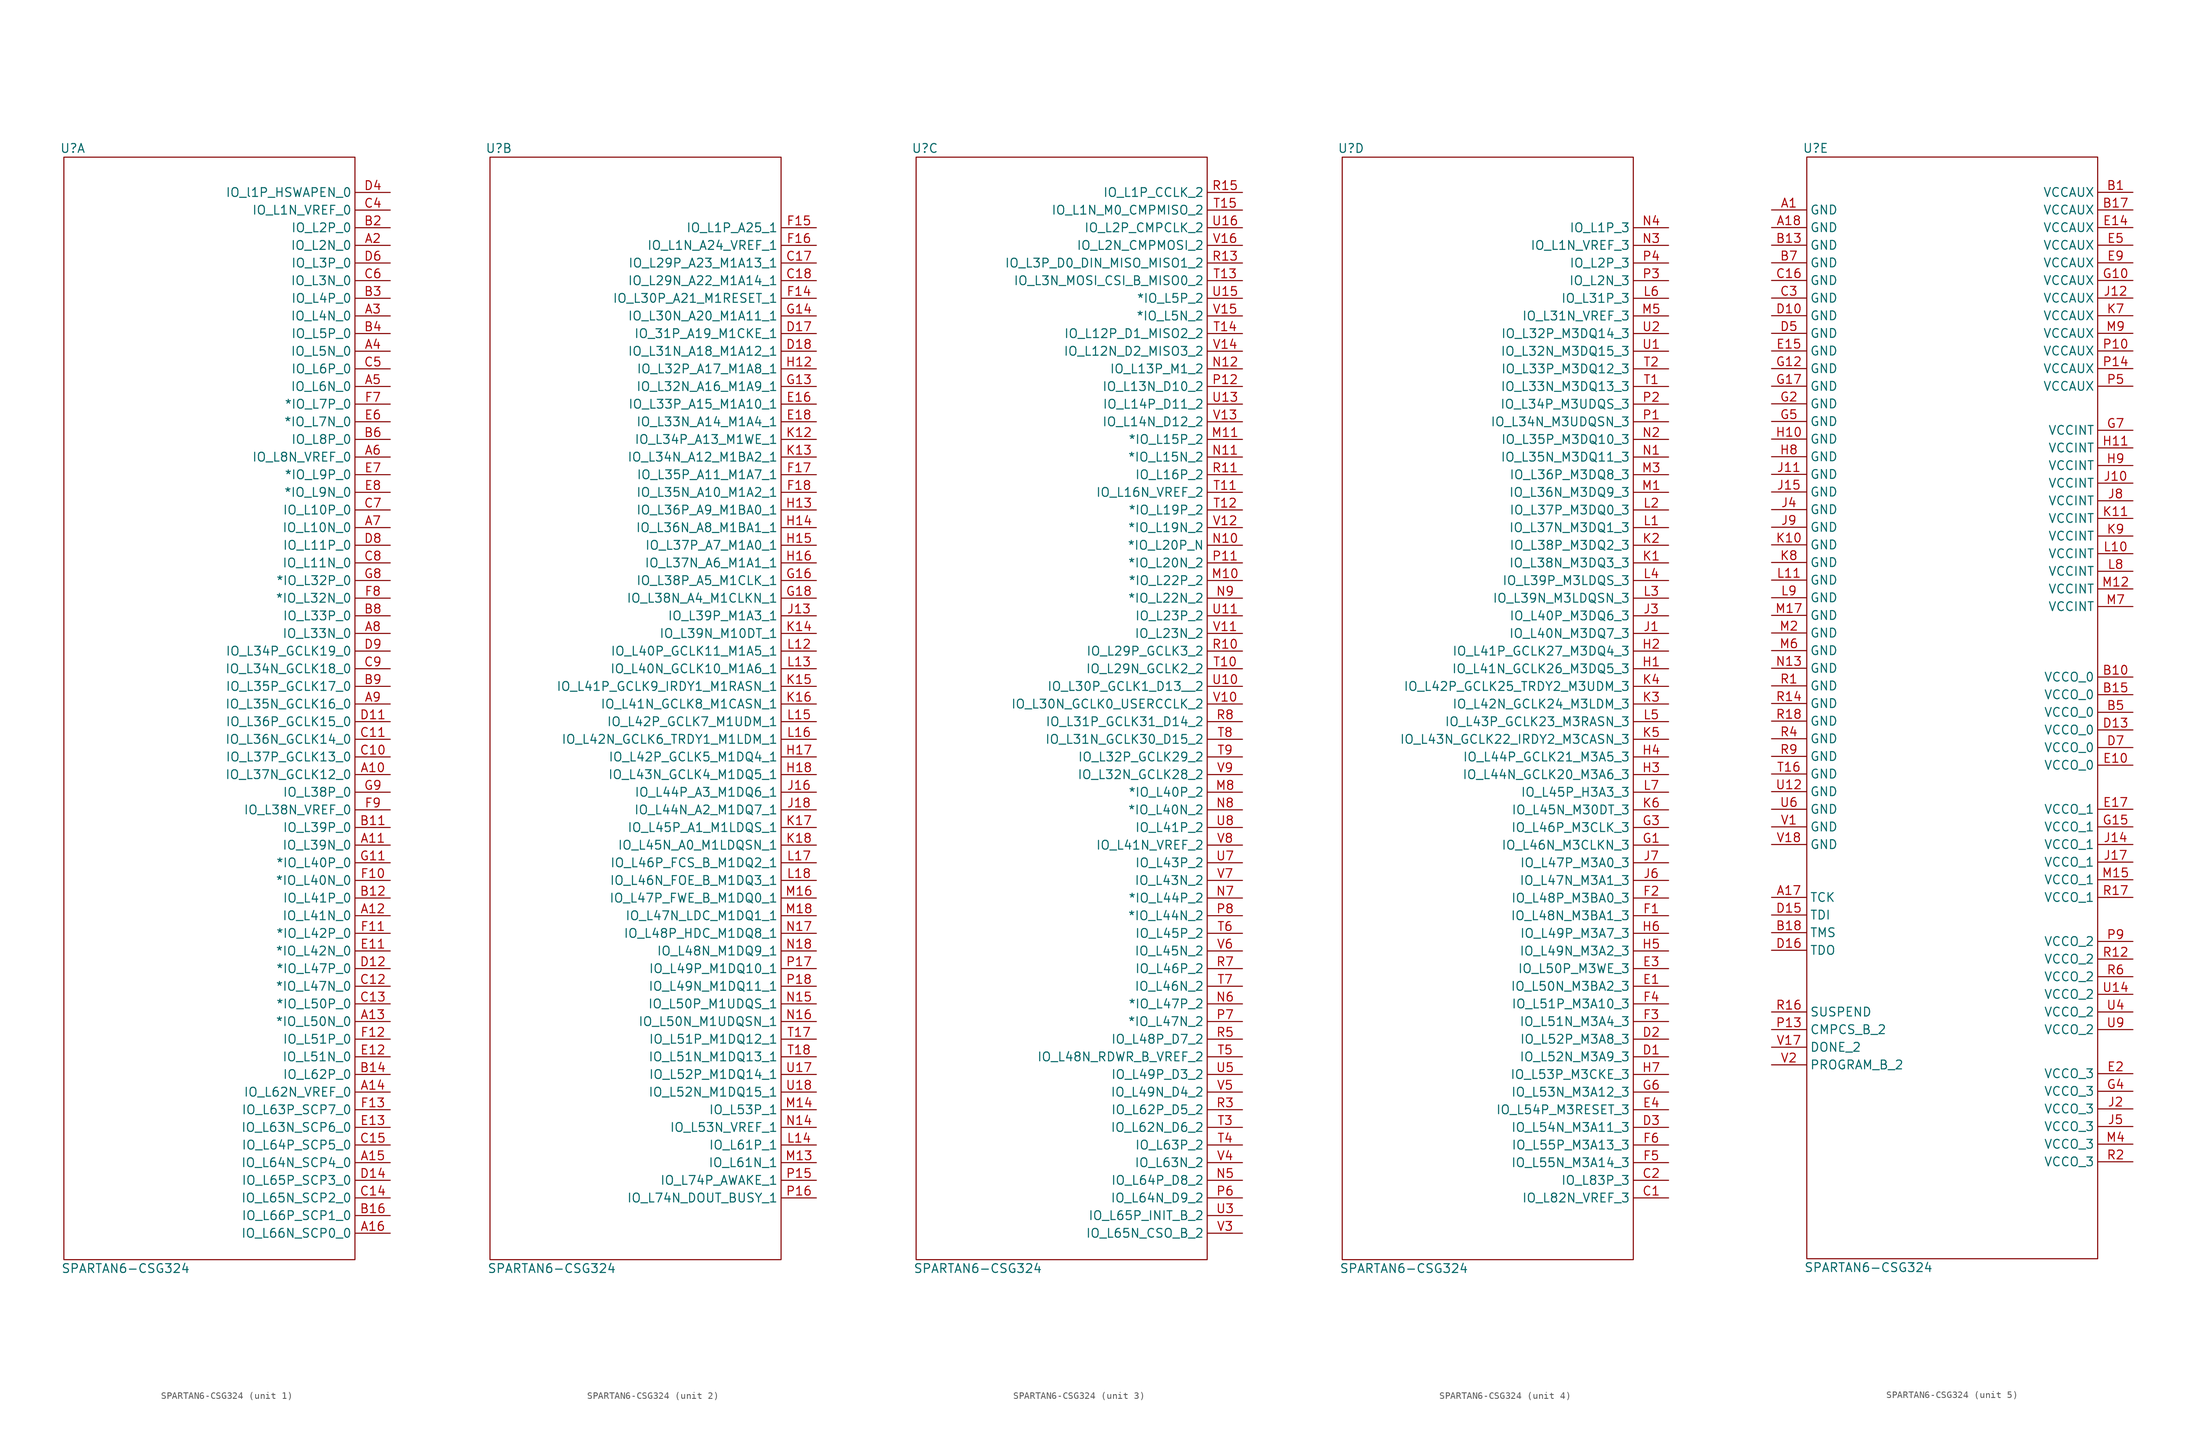
<source format=kicad_sym>
(kicad_symbol_lib
  (version 20211014)
  (generator kicad_symbol_editor)
  (symbol "SPARTAN6-CSG324"
    (property "Reference" "U"
      (at -20.32 80.01 0)
      (effects (font (size 1.27 1.27))))
    (property "Value" "SPARTAN6-CSG324"
      (at -12.7 -81.28 0)
      (effects (font (size 1.27 1.27))))
    (property "ki_locked" ""
      (at 0 0 0)
      (effects (font (size 1.27 1.27))))
    (symbol "SPARTAN6-CSG324_1_1"
      (rectangle (start 20.32 78.74) (end -21.59 -80.01) (stroke (width 0) (type default) (color 0 0 0 0)) (fill (type none)))
      (pin bidirectional line (at 25.4 -10.16 180) (length 5) (name "IO_L37N_GCLK12_0" (effects (font (size 1.27 1.27)))) (number "A10" (effects (font (size 1.27 1.27)))))
      (pin bidirectional line (at 25.4 -20.32 180) (length 5) (name "IO_L39N_0" (effects (font (size 1.27 1.27)))) (number "A11" (effects (font (size 1.27 1.27)))))
      (pin bidirectional line (at 25.4 -30.48 180) (length 5) (name "IO_L41N_0" (effects (font (size 1.27 1.27)))) (number "A12" (effects (font (size 1.27 1.27)))))
      (pin bidirectional line (at 25.4 -45.72 180) (length 5) (name "*IO_L50N_0" (effects (font (size 1.27 1.27)))) (number "A13" (effects (font (size 1.27 1.27)))))
      (pin bidirectional line (at 25.4 -55.88 180) (length 5) (name "IO_L62N_VREF_0" (effects (font (size 1.27 1.27)))) (number "A14" (effects (font (size 1.27 1.27)))))
      (pin bidirectional line (at 25.4 -66.04 180) (length 5) (name "IO_L64N_SCP4_0" (effects (font (size 1.27 1.27)))) (number "A15" (effects (font (size 1.27 1.27)))))
      (pin bidirectional line (at 25.4 -76.2 180) (length 5) (name "IO_L66N_SCP0_0" (effects (font (size 1.27 1.27)))) (number "A16" (effects (font (size 1.27 1.27)))))
      (pin bidirectional line (at 25.4 66.04 180) (length 5) (name "IO_L2N_0" (effects (font (size 1.27 1.27)))) (number "A2" (effects (font (size 1.27 1.27)))))
      (pin bidirectional line (at 25.4 55.88 180) (length 5) (name "IO_L4N_0" (effects (font (size 1.27 1.27)))) (number "A3" (effects (font (size 1.27 1.27)))))
      (pin bidirectional line (at 25.4 50.8 180) (length 5) (name "IO_L5N_0" (effects (font (size 1.27 1.27)))) (number "A4" (effects (font (size 1.27 1.27)))))
      (pin bidirectional line (at 25.4 45.72 180) (length 5) (name "IO_L6N_0" (effects (font (size 1.27 1.27)))) (number "A5" (effects (font (size 1.27 1.27)))))
      (pin bidirectional line (at 25.4 35.56 180) (length 5) (name "IO_L8N_VREF_0" (effects (font (size 1.27 1.27)))) (number "A6" (effects (font (size 1.27 1.27)))))
      (pin bidirectional line (at 25.4 25.4 180) (length 5) (name "IO_L10N_0" (effects (font (size 1.27 1.27)))) (number "A7" (effects (font (size 1.27 1.27)))))
      (pin bidirectional line (at 25.4 10.16 180) (length 5) (name "IO_L33N_0" (effects (font (size 1.27 1.27)))) (number "A8" (effects (font (size 1.27 1.27)))))
      (pin bidirectional line (at 25.4 0 180) (length 5) (name "IO_L35N_GCLK16_0" (effects (font (size 1.27 1.27)))) (number "A9" (effects (font (size 1.27 1.27)))))
      (pin bidirectional line (at 25.4 -17.78 180) (length 5) (name "IO_L39P_0" (effects (font (size 1.27 1.27)))) (number "B11" (effects (font (size 1.27 1.27)))))
      (pin bidirectional line (at 25.4 -27.94 180) (length 5) (name "IO_L41P_0" (effects (font (size 1.27 1.27)))) (number "B12" (effects (font (size 1.27 1.27)))))
      (pin bidirectional line (at 25.4 -53.34 180) (length 5) (name "IO_L62P_0" (effects (font (size 1.27 1.27)))) (number "B14" (effects (font (size 1.27 1.27)))))
      (pin bidirectional line (at 25.4 -73.66 180) (length 5) (name "IO_L66P_SCP1_0" (effects (font (size 1.27 1.27)))) (number "B16" (effects (font (size 1.27 1.27)))))
      (pin bidirectional line (at 25.4 68.58 180) (length 5) (name "IO_L2P_0" (effects (font (size 1.27 1.27)))) (number "B2" (effects (font (size 1.27 1.27)))))
      (pin bidirectional line (at 25.4 58.42 180) (length 5) (name "IO_L4P_0" (effects (font (size 1.27 1.27)))) (number "B3" (effects (font (size 1.27 1.27)))))
      (pin bidirectional line (at 25.4 53.34 180) (length 5) (name "IO_L5P_0" (effects (font (size 1.27 1.27)))) (number "B4" (effects (font (size 1.27 1.27)))))
      (pin bidirectional line (at 25.4 38.1 180) (length 5) (name "IO_L8P_0" (effects (font (size 1.27 1.27)))) (number "B6" (effects (font (size 1.27 1.27)))))
      (pin bidirectional line (at 25.4 12.7 180) (length 5) (name "IO_L33P_0" (effects (font (size 1.27 1.27)))) (number "B8" (effects (font (size 1.27 1.27)))))
      (pin bidirectional line (at 25.4 2.54 180) (length 5) (name "IO_L35P_GCLK17_0" (effects (font (size 1.27 1.27)))) (number "B9" (effects (font (size 1.27 1.27)))))
      (pin bidirectional line (at 25.4 -7.62 180) (length 5) (name "IO_L37P_GCLK13_0" (effects (font (size 1.27 1.27)))) (number "C10" (effects (font (size 1.27 1.27)))))
      (pin bidirectional line (at 25.4 -5.08 180) (length 5) (name "IO_L36N_GCLK14_0" (effects (font (size 1.27 1.27)))) (number "C11" (effects (font (size 1.27 1.27)))))
      (pin bidirectional line (at 25.4 -40.64 180) (length 5) (name "*IO_L47N_0" (effects (font (size 1.27 1.27)))) (number "C12" (effects (font (size 1.27 1.27)))))
      (pin bidirectional line (at 25.4 -43.18 180) (length 5) (name "*IO_L50P_0" (effects (font (size 1.27 1.27)))) (number "C13" (effects (font (size 1.27 1.27)))))
      (pin bidirectional line (at 25.4 -71.12 180) (length 5) (name "IO_L65N_SCP2_0" (effects (font (size 1.27 1.27)))) (number "C14" (effects (font (size 1.27 1.27)))))
      (pin bidirectional line (at 25.4 -63.5 180) (length 5) (name "IO_L64P_SCP5_0" (effects (font (size 1.27 1.27)))) (number "C15" (effects (font (size 1.27 1.27)))))
      (pin bidirectional line (at 25.4 71.12 180) (length 5) (name "IO_L1N_VREF_0" (effects (font (size 1.27 1.27)))) (number "C4" (effects (font (size 1.27 1.27)))))
      (pin bidirectional line (at 25.4 48.26 180) (length 5) (name "IO_L6P_0" (effects (font (size 1.27 1.27)))) (number "C5" (effects (font (size 1.27 1.27)))))
      (pin bidirectional line (at 25.4 60.96 180) (length 5) (name "IO_L3N_0" (effects (font (size 1.27 1.27)))) (number "C6" (effects (font (size 1.27 1.27)))))
      (pin bidirectional line (at 25.4 27.94 180) (length 5) (name "IO_L10P_0" (effects (font (size 1.27 1.27)))) (number "C7" (effects (font (size 1.27 1.27)))))
      (pin bidirectional line (at 25.4 20.32 180) (length 5) (name "IO_L11N_0" (effects (font (size 1.27 1.27)))) (number "C8" (effects (font (size 1.27 1.27)))))
      (pin bidirectional line (at 25.4 5.08 180) (length 5) (name "IO_L34N_GCLK18_0" (effects (font (size 1.27 1.27)))) (number "C9" (effects (font (size 1.27 1.27)))))
      (pin bidirectional line (at 25.4 -2.54 180) (length 5) (name "IO_L36P_GCLK15_0" (effects (font (size 1.27 1.27)))) (number "D11" (effects (font (size 1.27 1.27)))))
      (pin bidirectional line (at 25.4 -38.1 180) (length 5) (name "*IO_L47P_0" (effects (font (size 1.27 1.27)))) (number "D12" (effects (font (size 1.27 1.27)))))
      (pin bidirectional line (at 25.4 -68.58 180) (length 5) (name "IO_L65P_SCP3_0" (effects (font (size 1.27 1.27)))) (number "D14" (effects (font (size 1.27 1.27)))))
      (pin bidirectional line (at 25.4 73.66 180) (length 5) (name "IO_l1P_HSWAPEN_0" (effects (font (size 1.27 1.27)))) (number "D4" (effects (font (size 1.27 1.27)))))
      (pin bidirectional line (at 25.4 63.5 180) (length 5) (name "IO_L3P_0" (effects (font (size 1.27 1.27)))) (number "D6" (effects (font (size 1.27 1.27)))))
      (pin bidirectional line (at 25.4 22.86 180) (length 5) (name "IO_L11P_0" (effects (font (size 1.27 1.27)))) (number "D8" (effects (font (size 1.27 1.27)))))
      (pin bidirectional line (at 25.4 7.62 180) (length 5) (name "IO_L34P_GCLK19_0" (effects (font (size 1.27 1.27)))) (number "D9" (effects (font (size 1.27 1.27)))))
      (pin bidirectional line (at 25.4 -35.56 180) (length 5) (name "*IO_L42N_0" (effects (font (size 1.27 1.27)))) (number "E11" (effects (font (size 1.27 1.27)))))
      (pin bidirectional line (at 25.4 -50.8 180) (length 5) (name "IO_L51N_0" (effects (font (size 1.27 1.27)))) (number "E12" (effects (font (size 1.27 1.27)))))
      (pin bidirectional line (at 25.4 -60.96 180) (length 5) (name "IO_L63N_SCP6_0" (effects (font (size 1.27 1.27)))) (number "E13" (effects (font (size 1.27 1.27)))))
      (pin bidirectional line (at 25.4 40.64 180) (length 5) (name "*IO_L7N_0" (effects (font (size 1.27 1.27)))) (number "E6" (effects (font (size 1.27 1.27)))))
      (pin bidirectional line (at 25.4 33.02 180) (length 5) (name "*IO_L9P_0" (effects (font (size 1.27 1.27)))) (number "E7" (effects (font (size 1.27 1.27)))))
      (pin bidirectional line (at 25.4 30.48 180) (length 5) (name "*IO_L9N_0" (effects (font (size 1.27 1.27)))) (number "E8" (effects (font (size 1.27 1.27)))))
      (pin bidirectional line (at 25.4 -25.4 180) (length 5) (name "*IO_L40N_0" (effects (font (size 1.27 1.27)))) (number "F10" (effects (font (size 1.27 1.27)))))
      (pin bidirectional line (at 25.4 -33.02 180) (length 5) (name "*IO_L42P_0" (effects (font (size 1.27 1.27)))) (number "F11" (effects (font (size 1.27 1.27)))))
      (pin bidirectional line (at 25.4 -48.26 180) (length 5) (name "IO_L51P_0" (effects (font (size 1.27 1.27)))) (number "F12" (effects (font (size 1.27 1.27)))))
      (pin bidirectional line (at 25.4 -58.42 180) (length 5) (name "IO_L63P_SCP7_0" (effects (font (size 1.27 1.27)))) (number "F13" (effects (font (size 1.27 1.27)))))
      (pin bidirectional line (at 25.4 43.18 180) (length 5) (name "*IO_L7P_0" (effects (font (size 1.27 1.27)))) (number "F7" (effects (font (size 1.27 1.27)))))
      (pin bidirectional line (at 25.4 15.24 180) (length 5) (name "*IO_L32N_0" (effects (font (size 1.27 1.27)))) (number "F8" (effects (font (size 1.27 1.27)))))
      (pin bidirectional line (at 25.4 -15.24 180) (length 5) (name "IO_L38N_VREF_0" (effects (font (size 1.27 1.27)))) (number "F9" (effects (font (size 1.27 1.27)))))
      (pin bidirectional line (at 25.4 -22.86 180) (length 5) (name "*IO_L40P_0" (effects (font (size 1.27 1.27)))) (number "G11" (effects (font (size 1.27 1.27)))))
      (pin bidirectional line (at 25.4 17.78 180) (length 5) (name "*IO_L32P_0" (effects (font (size 1.27 1.27)))) (number "G8" (effects (font (size 1.27 1.27)))))
      (pin bidirectional line (at 25.4 -12.7 180) (length 5) (name "IO_L38P_0" (effects (font (size 1.27 1.27)))) (number "G9" (effects (font (size 1.27 1.27))))))
    (symbol "SPARTAN6-CSG324_2_1"
      (rectangle (start 20.32 78.74) (end -21.59 -80.01) (stroke (width 0) (type default) (color 0 0 0 0)) (fill (type none)))
      (pin bidirectional line (at 25.4 63.5 180) (length 5) (name "IO_L29P_A23_M1A13_1" (effects (font (size 1.27 1.27)))) (number "C17" (effects (font (size 1.27 1.27)))))
      (pin bidirectional line (at 25.4 60.96 180) (length 5) (name "IO_L29N_A22_M1A14_1" (effects (font (size 1.27 1.27)))) (number "C18" (effects (font (size 1.27 1.27)))))
      (pin bidirectional line (at 25.4 53.34 180) (length 5) (name "IO_31P_A19_M1CKE_1" (effects (font (size 1.27 1.27)))) (number "D17" (effects (font (size 1.27 1.27)))))
      (pin bidirectional line (at 25.4 50.8 180) (length 5) (name "IO_L31N_A18_M1A12_1" (effects (font (size 1.27 1.27)))) (number "D18" (effects (font (size 1.27 1.27)))))
      (pin bidirectional line (at 25.4 43.18 180) (length 5) (name "IO_L33P_A15_M1A10_1" (effects (font (size 1.27 1.27)))) (number "E16" (effects (font (size 1.27 1.27)))))
      (pin bidirectional line (at 25.4 40.64 180) (length 5) (name "IO_L33N_A14_M1A4_1" (effects (font (size 1.27 1.27)))) (number "E18" (effects (font (size 1.27 1.27)))))
      (pin bidirectional line (at 25.4 58.42 180) (length 5) (name "IO_L30P_A21_M1RESET_1" (effects (font (size 1.27 1.27)))) (number "F14" (effects (font (size 1.27 1.27)))))
      (pin bidirectional line (at 25.4 68.58 180) (length 5) (name "IO_L1P_A25_1" (effects (font (size 1.27 1.27)))) (number "F15" (effects (font (size 1.27 1.27)))))
      (pin bidirectional line (at 25.4 66.04 180) (length 5) (name "IO_L1N_A24_VREF_1" (effects (font (size 1.27 1.27)))) (number "F16" (effects (font (size 1.27 1.27)))))
      (pin bidirectional line (at 25.4 33.02 180) (length 5) (name "IO_L35P_A11_M1A7_1" (effects (font (size 1.27 1.27)))) (number "F17" (effects (font (size 1.27 1.27)))))
      (pin bidirectional line (at 25.4 30.48 180) (length 5) (name "IO_L35N_A10_M1A2_1" (effects (font (size 1.27 1.27)))) (number "F18" (effects (font (size 1.27 1.27)))))
      (pin bidirectional line (at 25.4 45.72 180) (length 5) (name "IO_L32N_A16_M1A9_1" (effects (font (size 1.27 1.27)))) (number "G13" (effects (font (size 1.27 1.27)))))
      (pin bidirectional line (at 25.4 55.88 180) (length 5) (name "IO_L30N_A20_M1A11_1" (effects (font (size 1.27 1.27)))) (number "G14" (effects (font (size 1.27 1.27)))))
      (pin passive line (at 25.4 17.78 180) (length 5) (name "IO_L38P_A5_M1CLK_1" (effects (font (size 1.27 1.27)))) (number "G16" (effects (font (size 1.27 1.27)))))
      (pin bidirectional line (at 25.4 15.24 180) (length 5) (name "IO_L38N_A4_M1CLKN_1" (effects (font (size 1.27 1.27)))) (number "G18" (effects (font (size 1.27 1.27)))))
      (pin bidirectional line (at 25.4 48.26 180) (length 5) (name "IO_L32P_A17_M1A8_1" (effects (font (size 1.27 1.27)))) (number "H12" (effects (font (size 1.27 1.27)))))
      (pin bidirectional line (at 25.4 27.94 180) (length 5) (name "IO_L36P_A9_M1BA0_1" (effects (font (size 1.27 1.27)))) (number "H13" (effects (font (size 1.27 1.27)))))
      (pin bidirectional line (at 25.4 25.4 180) (length 5) (name "IO_L36N_A8_M1BA1_1" (effects (font (size 1.27 1.27)))) (number "H14" (effects (font (size 1.27 1.27)))))
      (pin bidirectional line (at 25.4 22.86 180) (length 5) (name "IO_L37P_A7_M1A0_1" (effects (font (size 1.27 1.27)))) (number "H15" (effects (font (size 1.27 1.27)))))
      (pin bidirectional line (at 25.4 20.32 180) (length 5) (name "IO_L37N_A6_M1A1_1" (effects (font (size 1.27 1.27)))) (number "H16" (effects (font (size 1.27 1.27)))))
      (pin bidirectional line (at 25.4 -7.62 180) (length 5) (name "IO_L42P_GCLK5_M1DQ4_1" (effects (font (size 1.27 1.27)))) (number "H17" (effects (font (size 1.27 1.27)))))
      (pin bidirectional line (at 25.4 -10.16 180) (length 5) (name "IO_L43N_GCLK4_M1DQ5_1" (effects (font (size 1.27 1.27)))) (number "H18" (effects (font (size 1.27 1.27)))))
      (pin bidirectional line (at 25.4 12.7 180) (length 5) (name "IO_L39P_M1A3_1" (effects (font (size 1.27 1.27)))) (number "J13" (effects (font (size 1.27 1.27)))))
      (pin bidirectional line (at 25.4 -12.7 180) (length 5) (name "IO_L44P_A3_M1DQ6_1" (effects (font (size 1.27 1.27)))) (number "J16" (effects (font (size 1.27 1.27)))))
      (pin bidirectional line (at 25.4 -15.24 180) (length 5) (name "IO_L44N_A2_M1DQ7_1" (effects (font (size 1.27 1.27)))) (number "J18" (effects (font (size 1.27 1.27)))))
      (pin bidirectional line (at 25.4 38.1 180) (length 5) (name "IO_L34P_A13_M1WE_1" (effects (font (size 1.27 1.27)))) (number "K12" (effects (font (size 1.27 1.27)))))
      (pin bidirectional line (at 25.4 35.56 180) (length 5) (name "IO_L34N_A12_M1BA2_1" (effects (font (size 1.27 1.27)))) (number "K13" (effects (font (size 1.27 1.27)))))
      (pin bidirectional line (at 25.4 10.16 180) (length 5) (name "IO_L39N_M10DT_1" (effects (font (size 1.27 1.27)))) (number "K14" (effects (font (size 1.27 1.27)))))
      (pin bidirectional line (at 25.4 2.54 180) (length 5) (name "IO_L41P_GCLK9_IRDY1_M1RASN_1" (effects (font (size 1.27 1.27)))) (number "K15" (effects (font (size 1.27 1.27)))))
      (pin bidirectional line (at 25.4 0 180) (length 5) (name "IO_L41N_GCLK8_M1CASN_1" (effects (font (size 1.27 1.27)))) (number "K16" (effects (font (size 1.27 1.27)))))
      (pin bidirectional line (at 25.4 -17.78 180) (length 5) (name "IO_L45P_A1_M1LDQS_1" (effects (font (size 1.27 1.27)))) (number "K17" (effects (font (size 1.27 1.27)))))
      (pin bidirectional line (at 25.4 -20.32 180) (length 5) (name "IO_L45N_A0_M1LDQSN_1" (effects (font (size 1.27 1.27)))) (number "K18" (effects (font (size 1.27 1.27)))))
      (pin bidirectional line (at 25.4 7.62 180) (length 5) (name "IO_L40P_GCLK11_M1A5_1" (effects (font (size 1.27 1.27)))) (number "L12" (effects (font (size 1.27 1.27)))))
      (pin bidirectional line (at 25.4 5.08 180) (length 5) (name "IO_L40N_GCLK10_M1A6_1" (effects (font (size 1.27 1.27)))) (number "L13" (effects (font (size 1.27 1.27)))))
      (pin bidirectional line (at 25.4 -63.5 180) (length 5) (name "IO_L61P_1" (effects (font (size 1.27 1.27)))) (number "L14" (effects (font (size 1.27 1.27)))))
      (pin bidirectional line (at 25.4 -2.54 180) (length 5) (name "IO_L42P_GCLK7_M1UDM_1" (effects (font (size 1.27 1.27)))) (number "L15" (effects (font (size 1.27 1.27)))))
      (pin bidirectional line (at 25.4 -5.08 180) (length 5) (name "IO_L42N_GCLK6_TRDY1_M1LDM_1" (effects (font (size 1.27 1.27)))) (number "L16" (effects (font (size 1.27 1.27)))))
      (pin bidirectional line (at 25.4 -22.86 180) (length 5) (name "IO_L46P_FCS_B_M1DQ2_1" (effects (font (size 1.27 1.27)))) (number "L17" (effects (font (size 1.27 1.27)))))
      (pin bidirectional line (at 25.4 -25.4 180) (length 5) (name "IO_L46N_FOE_B_M1DQ3_1" (effects (font (size 1.27 1.27)))) (number "L18" (effects (font (size 1.27 1.27)))))
      (pin bidirectional line (at 25.4 -66.04 180) (length 5) (name "IO_L61N_1" (effects (font (size 1.27 1.27)))) (number "M13" (effects (font (size 1.27 1.27)))))
      (pin bidirectional line (at 25.4 -58.42 180) (length 5) (name "IO_L53P_1" (effects (font (size 1.27 1.27)))) (number "M14" (effects (font (size 1.27 1.27)))))
      (pin bidirectional line (at 25.4 -27.94 180) (length 5) (name "IO_L47P_FWE_B_M1DQ0_1" (effects (font (size 1.27 1.27)))) (number "M16" (effects (font (size 1.27 1.27)))))
      (pin bidirectional line (at 25.4 -30.48 180) (length 5) (name "IO_L47N_LDC_M1DQ1_1" (effects (font (size 1.27 1.27)))) (number "M18" (effects (font (size 1.27 1.27)))))
      (pin bidirectional line (at 25.4 -60.96 180) (length 5) (name "IO_L53N_VREF_1" (effects (font (size 1.27 1.27)))) (number "N14" (effects (font (size 1.27 1.27)))))
      (pin bidirectional line (at 25.4 -43.18 180) (length 5) (name "IO_L50P_M1UDQS_1" (effects (font (size 1.27 1.27)))) (number "N15" (effects (font (size 1.27 1.27)))))
      (pin bidirectional line (at 25.4 -45.72 180) (length 5) (name "IO_L50N_M1UDQSN_1" (effects (font (size 1.27 1.27)))) (number "N16" (effects (font (size 1.27 1.27)))))
      (pin bidirectional line (at 25.4 -33.02 180) (length 5) (name "IO_L48P_HDC_M1DQ8_1" (effects (font (size 1.27 1.27)))) (number "N17" (effects (font (size 1.27 1.27)))))
      (pin bidirectional line (at 25.4 -35.56 180) (length 5) (name "IO_L48N_M1DQ9_1" (effects (font (size 1.27 1.27)))) (number "N18" (effects (font (size 1.27 1.27)))))
      (pin bidirectional line (at 25.4 -68.58 180) (length 5) (name "IO_L74P_AWAKE_1" (effects (font (size 1.27 1.27)))) (number "P15" (effects (font (size 1.27 1.27)))))
      (pin bidirectional line (at 25.4 -71.12 180) (length 5) (name "IO_L74N_DOUT_BUSY_1" (effects (font (size 1.27 1.27)))) (number "P16" (effects (font (size 1.27 1.27)))))
      (pin bidirectional line (at 25.4 -38.1 180) (length 5) (name "IO_L49P_M1DQ10_1" (effects (font (size 1.27 1.27)))) (number "P17" (effects (font (size 1.27 1.27)))))
      (pin bidirectional line (at 25.4 -40.64 180) (length 5) (name "IO_L49N_M1DQ11_1" (effects (font (size 1.27 1.27)))) (number "P18" (effects (font (size 1.27 1.27)))))
      (pin bidirectional line (at 25.4 -48.26 180) (length 5) (name "IO_L51P_M1DQ12_1" (effects (font (size 1.27 1.27)))) (number "T17" (effects (font (size 1.27 1.27)))))
      (pin bidirectional line (at 25.4 -50.8 180) (length 5) (name "IO_L51N_M1DQ13_1" (effects (font (size 1.27 1.27)))) (number "T18" (effects (font (size 1.27 1.27)))))
      (pin bidirectional line (at 25.4 -53.34 180) (length 5) (name "IO_L52P_M1DQ14_1" (effects (font (size 1.27 1.27)))) (number "U17" (effects (font (size 1.27 1.27)))))
      (pin bidirectional line (at 25.4 -55.88 180) (length 5) (name "IO_L52N_M1DQ15_1" (effects (font (size 1.27 1.27)))) (number "U18" (effects (font (size 1.27 1.27))))))
    (symbol "SPARTAN6-CSG324_3_1"
      (rectangle (start 20.32 78.74) (end -21.59 -80.01) (stroke (width 0) (type default) (color 0 0 0 0)) (fill (type none)))
      (pin bidirectional line (at 25.4 17.78 180) (length 5) (name "*IO_L22P_2" (effects (font (size 1.27 1.27)))) (number "M10" (effects (font (size 1.27 1.27)))))
      (pin bidirectional line (at 25.4 38.1 180) (length 5) (name "*IO_L15P_2" (effects (font (size 1.27 1.27)))) (number "M11" (effects (font (size 1.27 1.27)))))
      (pin bidirectional line (at 25.4 -12.7 180) (length 5) (name "*IO_L40P_2" (effects (font (size 1.27 1.27)))) (number "M8" (effects (font (size 1.27 1.27)))))
      (pin bidirectional line (at 25.4 22.86 180) (length 5) (name "*IO_L20P_N" (effects (font (size 1.27 1.27)))) (number "N10" (effects (font (size 1.27 1.27)))))
      (pin bidirectional line (at 25.4 35.56 180) (length 5) (name "*IO_L15N_2" (effects (font (size 1.27 1.27)))) (number "N11" (effects (font (size 1.27 1.27)))))
      (pin bidirectional line (at 25.4 48.26 180) (length 5) (name "IO_L13P_M1_2" (effects (font (size 1.27 1.27)))) (number "N12" (effects (font (size 1.27 1.27)))))
      (pin bidirectional line (at 25.4 -68.58 180) (length 5) (name "IO_L64P_D8_2" (effects (font (size 1.27 1.27)))) (number "N5" (effects (font (size 1.27 1.27)))))
      (pin bidirectional line (at 25.4 -43.18 180) (length 5) (name "*IO_L47P_2" (effects (font (size 1.27 1.27)))) (number "N6" (effects (font (size 1.27 1.27)))))
      (pin bidirectional line (at 25.4 -27.94 180) (length 5) (name "*IO_L44P_2" (effects (font (size 1.27 1.27)))) (number "N7" (effects (font (size 1.27 1.27)))))
      (pin bidirectional line (at 25.4 -15.24 180) (length 5) (name "*IO_L40N_2" (effects (font (size 1.27 1.27)))) (number "N8" (effects (font (size 1.27 1.27)))))
      (pin bidirectional line (at 25.4 15.24 180) (length 5) (name "*IO_L22N_2" (effects (font (size 1.27 1.27)))) (number "N9" (effects (font (size 1.27 1.27)))))
      (pin bidirectional line (at 25.4 20.32 180) (length 5) (name "*IO_L20N_2" (effects (font (size 1.27 1.27)))) (number "P11" (effects (font (size 1.27 1.27)))))
      (pin bidirectional line (at 25.4 45.72 180) (length 5) (name "IO_L13N_D10_2" (effects (font (size 1.27 1.27)))) (number "P12" (effects (font (size 1.27 1.27)))))
      (pin bidirectional line (at 25.4 -71.12 180) (length 5) (name "IO_L64N_D9_2" (effects (font (size 1.27 1.27)))) (number "P6" (effects (font (size 1.27 1.27)))))
      (pin bidirectional line (at 25.4 -45.72 180) (length 5) (name "*IO_L47N_2" (effects (font (size 1.27 1.27)))) (number "P7" (effects (font (size 1.27 1.27)))))
      (pin bidirectional line (at 25.4 -30.48 180) (length 5) (name "*IO_L44N_2" (effects (font (size 1.27 1.27)))) (number "P8" (effects (font (size 1.27 1.27)))))
      (pin bidirectional line (at 25.4 7.62 180) (length 5) (name "IO_L29P_GCLK3_2" (effects (font (size 1.27 1.27)))) (number "R10" (effects (font (size 1.27 1.27)))))
      (pin bidirectional line (at 25.4 33.02 180) (length 5) (name "IO_L16P_2" (effects (font (size 1.27 1.27)))) (number "R11" (effects (font (size 1.27 1.27)))))
      (pin bidirectional line (at 25.4 63.5 180) (length 5) (name "IO_L3P_D0_DIN_MISO_MISO1_2" (effects (font (size 1.27 1.27)))) (number "R13" (effects (font (size 1.27 1.27)))))
      (pin bidirectional line (at 25.4 73.66 180) (length 5) (name "IO_L1P_CCLK_2" (effects (font (size 1.27 1.27)))) (number "R15" (effects (font (size 1.27 1.27)))))
      (pin bidirectional line (at 25.4 -58.42 180) (length 5) (name "IO_L62P_D5_2" (effects (font (size 1.27 1.27)))) (number "R3" (effects (font (size 1.27 1.27)))))
      (pin bidirectional line (at 25.4 -48.26 180) (length 5) (name "IO_L48P_D7_2" (effects (font (size 1.27 1.27)))) (number "R5" (effects (font (size 1.27 1.27)))))
      (pin bidirectional line (at 25.4 -38.1 180) (length 5) (name "IO_L46P_2" (effects (font (size 1.27 1.27)))) (number "R7" (effects (font (size 1.27 1.27)))))
      (pin bidirectional line (at 25.4 -2.54 180) (length 5) (name "IO_L31P_GCLK31_D14_2" (effects (font (size 1.27 1.27)))) (number "R8" (effects (font (size 1.27 1.27)))))
      (pin bidirectional line (at 25.4 5.08 180) (length 5) (name "IO_L29N_GCLK2_2" (effects (font (size 1.27 1.27)))) (number "T10" (effects (font (size 1.27 1.27)))))
      (pin bidirectional line (at 25.4 30.48 180) (length 5) (name "IO_L16N_VREF_2" (effects (font (size 1.27 1.27)))) (number "T11" (effects (font (size 1.27 1.27)))))
      (pin bidirectional line (at 25.4 27.94 180) (length 5) (name "*IO_L19P_2" (effects (font (size 1.27 1.27)))) (number "T12" (effects (font (size 1.27 1.27)))))
      (pin bidirectional line (at 25.4 60.96 180) (length 5) (name "IO_L3N_MOSI_CSI_B_MISO0_2" (effects (font (size 1.27 1.27)))) (number "T13" (effects (font (size 1.27 1.27)))))
      (pin bidirectional line (at 25.4 53.34 180) (length 5) (name "IO_L12P_D1_MISO2_2" (effects (font (size 1.27 1.27)))) (number "T14" (effects (font (size 1.27 1.27)))))
      (pin bidirectional line (at 25.4 71.12 180) (length 5) (name "IO_L1N_M0_CMPMISO_2" (effects (font (size 1.27 1.27)))) (number "T15" (effects (font (size 1.27 1.27)))))
      (pin bidirectional line (at 25.4 -60.96 180) (length 5) (name "IO_L62N_D6_2" (effects (font (size 1.27 1.27)))) (number "T3" (effects (font (size 1.27 1.27)))))
      (pin bidirectional line (at 25.4 -63.5 180) (length 5) (name "IO_L63P_2" (effects (font (size 1.27 1.27)))) (number "T4" (effects (font (size 1.27 1.27)))))
      (pin bidirectional line (at 25.4 -50.8 180) (length 5) (name "IO_L48N_RDWR_B_VREF_2" (effects (font (size 1.27 1.27)))) (number "T5" (effects (font (size 1.27 1.27)))))
      (pin bidirectional line (at 25.4 -33.02 180) (length 5) (name "IO_L45P_2" (effects (font (size 1.27 1.27)))) (number "T6" (effects (font (size 1.27 1.27)))))
      (pin bidirectional line (at 25.4 -40.64 180) (length 5) (name "IO_L46N_2" (effects (font (size 1.27 1.27)))) (number "T7" (effects (font (size 1.27 1.27)))))
      (pin bidirectional line (at 25.4 -5.08 180) (length 5) (name "IO_L31N_GCLK30_D15_2" (effects (font (size 1.27 1.27)))) (number "T8" (effects (font (size 1.27 1.27)))))
      (pin bidirectional line (at 25.4 -7.62 180) (length 5) (name "IO_L32P_GCLK29_2" (effects (font (size 1.27 1.27)))) (number "T9" (effects (font (size 1.27 1.27)))))
      (pin bidirectional line (at 25.4 2.54 180) (length 5) (name "IO_L30P_GCLK1_D13__2" (effects (font (size 1.27 1.27)))) (number "U10" (effects (font (size 1.27 1.27)))))
      (pin bidirectional line (at 25.4 12.7 180) (length 5) (name "IO_L23P_2" (effects (font (size 1.27 1.27)))) (number "U11" (effects (font (size 1.27 1.27)))))
      (pin bidirectional line (at 25.4 43.18 180) (length 5) (name "IO_L14P_D11_2" (effects (font (size 1.27 1.27)))) (number "U13" (effects (font (size 1.27 1.27)))))
      (pin bidirectional line (at 25.4 58.42 180) (length 5) (name "*IO_L5P_2" (effects (font (size 1.27 1.27)))) (number "U15" (effects (font (size 1.27 1.27)))))
      (pin bidirectional line (at 25.4 68.58 180) (length 5) (name "IO_L2P_CMPCLK_2" (effects (font (size 1.27 1.27)))) (number "U16" (effects (font (size 1.27 1.27)))))
      (pin bidirectional line (at 25.4 -73.66 180) (length 5) (name "IO_L65P_INIT_B_2" (effects (font (size 1.27 1.27)))) (number "U3" (effects (font (size 1.27 1.27)))))
      (pin bidirectional line (at 25.4 -53.34 180) (length 5) (name "IO_L49P_D3_2" (effects (font (size 1.27 1.27)))) (number "U5" (effects (font (size 1.27 1.27)))))
      (pin bidirectional line (at 25.4 -22.86 180) (length 5) (name "IO_L43P_2" (effects (font (size 1.27 1.27)))) (number "U7" (effects (font (size 1.27 1.27)))))
      (pin bidirectional line (at 25.4 -17.78 180) (length 5) (name "IO_L41P_2" (effects (font (size 1.27 1.27)))) (number "U8" (effects (font (size 1.27 1.27)))))
      (pin bidirectional line (at 25.4 0 180) (length 5) (name "IO_L30N_GCLK0_USERCCLK_2" (effects (font (size 1.27 1.27)))) (number "V10" (effects (font (size 1.27 1.27)))))
      (pin bidirectional line (at 25.4 10.16 180) (length 5) (name "IO_L23N_2" (effects (font (size 1.27 1.27)))) (number "V11" (effects (font (size 1.27 1.27)))))
      (pin bidirectional line (at 25.4 25.4 180) (length 5) (name "*IO_L19N_2" (effects (font (size 1.27 1.27)))) (number "V12" (effects (font (size 1.27 1.27)))))
      (pin bidirectional line (at 25.4 40.64 180) (length 5) (name "IO_L14N_D12_2" (effects (font (size 1.27 1.27)))) (number "V13" (effects (font (size 1.27 1.27)))))
      (pin bidirectional line (at 25.4 50.8 180) (length 5) (name "IO_L12N_D2_MISO3_2" (effects (font (size 1.27 1.27)))) (number "V14" (effects (font (size 1.27 1.27)))))
      (pin bidirectional line (at 25.4 55.88 180) (length 5) (name "*IO_L5N_2" (effects (font (size 1.27 1.27)))) (number "V15" (effects (font (size 1.27 1.27)))))
      (pin bidirectional line (at 25.4 66.04 180) (length 5) (name "IO_L2N_CMPMOSI_2" (effects (font (size 1.27 1.27)))) (number "V16" (effects (font (size 1.27 1.27)))))
      (pin bidirectional line (at 25.4 -76.2 180) (length 5) (name "IO_L65N_CSO_B_2" (effects (font (size 1.27 1.27)))) (number "V3" (effects (font (size 1.27 1.27)))))
      (pin bidirectional line (at 25.4 -66.04 180) (length 5) (name "IO_L63N_2" (effects (font (size 1.27 1.27)))) (number "V4" (effects (font (size 1.27 1.27)))))
      (pin bidirectional line (at 25.4 -55.88 180) (length 5) (name "IO_L49N_D4_2" (effects (font (size 1.27 1.27)))) (number "V5" (effects (font (size 1.27 1.27)))))
      (pin bidirectional line (at 25.4 -35.56 180) (length 5) (name "IO_L45N_2" (effects (font (size 1.27 1.27)))) (number "V6" (effects (font (size 1.27 1.27)))))
      (pin bidirectional line (at 25.4 -25.4 180) (length 5) (name "IO_L43N_2" (effects (font (size 1.27 1.27)))) (number "V7" (effects (font (size 1.27 1.27)))))
      (pin bidirectional line (at 25.4 -20.32 180) (length 5) (name "IO_L41N_VREF_2" (effects (font (size 1.27 1.27)))) (number "V8" (effects (font (size 1.27 1.27)))))
      (pin bidirectional line (at 25.4 -10.16 180) (length 5) (name "IO_L32N_GCLK28_2" (effects (font (size 1.27 1.27)))) (number "V9" (effects (font (size 1.27 1.27))))))
    (symbol "SPARTAN6-CSG324_4_1"
      (rectangle (start 20.32 78.74) (end -21.59 -80.01) (stroke (width 0) (type default) (color 0 0 0 0)) (fill (type none)))
      (pin bidirectional line (at 25.4 -71.12 180) (length 5) (name "IO_L82N_VREF_3" (effects (font (size 1.27 1.27)))) (number "C1" (effects (font (size 1.27 1.27)))))
      (pin bidirectional line (at 25.4 -68.58 180) (length 5) (name "IO_L83P_3" (effects (font (size 1.27 1.27)))) (number "C2" (effects (font (size 1.27 1.27)))))
      (pin bidirectional line (at 25.4 -50.8 180) (length 5) (name "IO_L52N_M3A9_3" (effects (font (size 1.27 1.27)))) (number "D1" (effects (font (size 1.27 1.27)))))
      (pin bidirectional line (at 25.4 -48.26 180) (length 5) (name "IO_L52P_M3A8_3" (effects (font (size 1.27 1.27)))) (number "D2" (effects (font (size 1.27 1.27)))))
      (pin bidirectional line (at 25.4 -60.96 180) (length 5) (name "IO_L54N_M3A11_3" (effects (font (size 1.27 1.27)))) (number "D3" (effects (font (size 1.27 1.27)))))
      (pin bidirectional line (at 25.4 -40.64 180) (length 5) (name "IO_L50N_M3BA2_3" (effects (font (size 1.27 1.27)))) (number "E1" (effects (font (size 1.27 1.27)))))
      (pin bidirectional line (at 25.4 -38.1 180) (length 5) (name "IO_L50P_M3WE_3" (effects (font (size 1.27 1.27)))) (number "E3" (effects (font (size 1.27 1.27)))))
      (pin bidirectional line (at 25.4 -58.42 180) (length 5) (name "IO_L54P_M3RESET_3" (effects (font (size 1.27 1.27)))) (number "E4" (effects (font (size 1.27 1.27)))))
      (pin bidirectional line (at 25.4 -30.48 180) (length 5) (name "IO_L48N_M3BA1_3" (effects (font (size 1.27 1.27)))) (number "F1" (effects (font (size 1.27 1.27)))))
      (pin bidirectional line (at 25.4 -27.94 180) (length 5) (name "IO_L48P_M3BA0_3" (effects (font (size 1.27 1.27)))) (number "F2" (effects (font (size 1.27 1.27)))))
      (pin bidirectional line (at 25.4 -45.72 180) (length 5) (name "IO_L51N_M3A4_3" (effects (font (size 1.27 1.27)))) (number "F3" (effects (font (size 1.27 1.27)))))
      (pin bidirectional line (at 25.4 -43.18 180) (length 5) (name "IO_L51P_M3A10_3" (effects (font (size 1.27 1.27)))) (number "F4" (effects (font (size 1.27 1.27)))))
      (pin bidirectional line (at 25.4 -66.04 180) (length 5) (name "IO_L55N_M3A14_3" (effects (font (size 1.27 1.27)))) (number "F5" (effects (font (size 1.27 1.27)))))
      (pin bidirectional line (at 25.4 -63.5 180) (length 5) (name "IO_L55P_M3A13_3" (effects (font (size 1.27 1.27)))) (number "F6" (effects (font (size 1.27 1.27)))))
      (pin bidirectional line (at 25.4 -20.32 180) (length 5) (name "IO_L46N_M3CLKN_3" (effects (font (size 1.27 1.27)))) (number "G1" (effects (font (size 1.27 1.27)))))
      (pin bidirectional line (at 25.4 -17.78 180) (length 5) (name "IO_L46P_M3CLK_3" (effects (font (size 1.27 1.27)))) (number "G3" (effects (font (size 1.27 1.27)))))
      (pin bidirectional line (at 25.4 -55.88 180) (length 5) (name "IO_L53N_M3A12_3" (effects (font (size 1.27 1.27)))) (number "G6" (effects (font (size 1.27 1.27)))))
      (pin bidirectional line (at 25.4 5.08 180) (length 5) (name "IO_L41N_GCLK26_M3DQ5_3" (effects (font (size 1.27 1.27)))) (number "H1" (effects (font (size 1.27 1.27)))))
      (pin bidirectional line (at 25.4 7.62 180) (length 5) (name "IO_L41P_GCLK27_M3DQ4_3" (effects (font (size 1.27 1.27)))) (number "H2" (effects (font (size 1.27 1.27)))))
      (pin bidirectional line (at 25.4 -10.16 180) (length 5) (name "IO_L44N_GCLK20_M3A6_3" (effects (font (size 1.27 1.27)))) (number "H3" (effects (font (size 1.27 1.27)))))
      (pin bidirectional line (at 25.4 -7.62 180) (length 5) (name "IO_L44P_GCLK21_M3A5_3" (effects (font (size 1.27 1.27)))) (number "H4" (effects (font (size 1.27 1.27)))))
      (pin bidirectional line (at 25.4 -35.56 180) (length 5) (name "IO_L49N_M3A2_3" (effects (font (size 1.27 1.27)))) (number "H5" (effects (font (size 1.27 1.27)))))
      (pin bidirectional line (at 25.4 -33.02 180) (length 5) (name "IO_L49P_M3A7_3" (effects (font (size 1.27 1.27)))) (number "H6" (effects (font (size 1.27 1.27)))))
      (pin bidirectional line (at 25.4 -53.34 180) (length 5) (name "IO_L53P_M3CKE_3" (effects (font (size 1.27 1.27)))) (number "H7" (effects (font (size 1.27 1.27)))))
      (pin bidirectional line (at 25.4 10.16 180) (length 5) (name "IO_L40N_M3DQ7_3" (effects (font (size 1.27 1.27)))) (number "J1" (effects (font (size 1.27 1.27)))))
      (pin bidirectional line (at 25.4 12.7 180) (length 5) (name "IO_L40P_M3DQ6_3" (effects (font (size 1.27 1.27)))) (number "J3" (effects (font (size 1.27 1.27)))))
      (pin bidirectional line (at 25.4 -25.4 180) (length 5) (name "IO_L47N_M3A1_3" (effects (font (size 1.27 1.27)))) (number "J6" (effects (font (size 1.27 1.27)))))
      (pin bidirectional line (at 25.4 -22.86 180) (length 5) (name "IO_L47P_M3A0_3" (effects (font (size 1.27 1.27)))) (number "J7" (effects (font (size 1.27 1.27)))))
      (pin bidirectional line (at 25.4 20.32 180) (length 5) (name "IO_L38N_M3DQ3_3" (effects (font (size 1.27 1.27)))) (number "K1" (effects (font (size 1.27 1.27)))))
      (pin bidirectional line (at 25.4 22.86 180) (length 5) (name "IO_L38P_M3DQ2_3" (effects (font (size 1.27 1.27)))) (number "K2" (effects (font (size 1.27 1.27)))))
      (pin bidirectional line (at 25.4 0 180) (length 5) (name "IO_L42N_GCLK24_M3LDM_3" (effects (font (size 1.27 1.27)))) (number "K3" (effects (font (size 1.27 1.27)))))
      (pin bidirectional line (at 25.4 2.54 180) (length 5) (name "IO_L42P_GCLK25_TRDY2_M3UDM_3" (effects (font (size 1.27 1.27)))) (number "K4" (effects (font (size 1.27 1.27)))))
      (pin bidirectional line (at 25.4 -5.08 180) (length 5) (name "IO_L43N_GCLK22_IRDY2_M3CASN_3" (effects (font (size 1.27 1.27)))) (number "K5" (effects (font (size 1.27 1.27)))))
      (pin bidirectional line (at 25.4 -15.24 180) (length 5) (name "IO_L45N_M30DT_3" (effects (font (size 1.27 1.27)))) (number "K6" (effects (font (size 1.27 1.27)))))
      (pin bidirectional line (at 25.4 25.4 180) (length 5) (name "IO_L37N_M3DQ1_3" (effects (font (size 1.27 1.27)))) (number "L1" (effects (font (size 1.27 1.27)))))
      (pin bidirectional line (at 25.4 27.94 180) (length 5) (name "IO_L37P_M3DQ0_3" (effects (font (size 1.27 1.27)))) (number "L2" (effects (font (size 1.27 1.27)))))
      (pin bidirectional line (at 25.4 15.24 180) (length 5) (name "IO_L39N_M3LDQSN_3" (effects (font (size 1.27 1.27)))) (number "L3" (effects (font (size 1.27 1.27)))))
      (pin bidirectional line (at 25.4 17.78 180) (length 5) (name "IO_L39P_M3LDQS_3" (effects (font (size 1.27 1.27)))) (number "L4" (effects (font (size 1.27 1.27)))))
      (pin bidirectional line (at 25.4 -2.54 180) (length 5) (name "IO_L43P_GCLK23_M3RASN_3" (effects (font (size 1.27 1.27)))) (number "L5" (effects (font (size 1.27 1.27)))))
      (pin bidirectional line (at 25.4 58.42 180) (length 5) (name "IO_L31P_3" (effects (font (size 1.27 1.27)))) (number "L6" (effects (font (size 1.27 1.27)))))
      (pin bidirectional line (at 25.4 -12.7 180) (length 5) (name "IO_L45P_H3A3_3" (effects (font (size 1.27 1.27)))) (number "L7" (effects (font (size 1.27 1.27)))))
      (pin bidirectional line (at 25.4 30.48 180) (length 5) (name "IO_L36N_M3DQ9_3" (effects (font (size 1.27 1.27)))) (number "M1" (effects (font (size 1.27 1.27)))))
      (pin bidirectional line (at 25.4 33.02 180) (length 5) (name "IO_L36P_M3DQ8_3" (effects (font (size 1.27 1.27)))) (number "M3" (effects (font (size 1.27 1.27)))))
      (pin bidirectional line (at 25.4 55.88 180) (length 5) (name "IO_L31N_VREF_3" (effects (font (size 1.27 1.27)))) (number "M5" (effects (font (size 1.27 1.27)))))
      (pin bidirectional line (at 25.4 35.56 180) (length 5) (name "IO_L35N_M3DQ11_3" (effects (font (size 1.27 1.27)))) (number "N1" (effects (font (size 1.27 1.27)))))
      (pin bidirectional line (at 25.4 38.1 180) (length 5) (name "IO_L35P_M3DQ10_3" (effects (font (size 1.27 1.27)))) (number "N2" (effects (font (size 1.27 1.27)))))
      (pin bidirectional line (at 25.4 66.04 180) (length 5) (name "IO_L1N_VREF_3" (effects (font (size 1.27 1.27)))) (number "N3" (effects (font (size 1.27 1.27)))))
      (pin bidirectional line (at 25.4 68.58 180) (length 5) (name "IO_L1P_3" (effects (font (size 1.27 1.27)))) (number "N4" (effects (font (size 1.27 1.27)))))
      (pin bidirectional line (at 25.4 40.64 180) (length 5) (name "IO_L34N_M3UDQSN_3" (effects (font (size 1.27 1.27)))) (number "P1" (effects (font (size 1.27 1.27)))))
      (pin bidirectional line (at 25.4 43.18 180) (length 5) (name "IO_L34P_M3UDQS_3" (effects (font (size 1.27 1.27)))) (number "P2" (effects (font (size 1.27 1.27)))))
      (pin bidirectional line (at 25.4 60.96 180) (length 5) (name "IO_L2N_3" (effects (font (size 1.27 1.27)))) (number "P3" (effects (font (size 1.27 1.27)))))
      (pin bidirectional line (at 25.4 63.5 180) (length 5) (name "IO_L2P_3" (effects (font (size 1.27 1.27)))) (number "P4" (effects (font (size 1.27 1.27)))))
      (pin bidirectional line (at 25.4 45.72 180) (length 5) (name "IO_L33N_M3DQ13_3" (effects (font (size 1.27 1.27)))) (number "T1" (effects (font (size 1.27 1.27)))))
      (pin bidirectional line (at 25.4 48.26 180) (length 5) (name "IO_L33P_M3DQ12_3" (effects (font (size 1.27 1.27)))) (number "T2" (effects (font (size 1.27 1.27)))))
      (pin bidirectional line (at 25.4 50.8 180) (length 5) (name "IO_L32N_M3DQ15_3" (effects (font (size 1.27 1.27)))) (number "U1" (effects (font (size 1.27 1.27)))))
      (pin bidirectional line (at 25.4 53.34 180) (length 5) (name "IO_L32P_M3DQ14_3" (effects (font (size 1.27 1.27)))) (number "U2" (effects (font (size 1.27 1.27))))))
    (symbol "SPARTAN6-CSG324_5_1"
      (rectangle (start 20.32 78.74) (end -21.59 -80.01) (stroke (width 0) (type default) (color 0 0 0 0)) (fill (type none)))
      (pin passive line (at -26.67 71.12 0) (length 5) (name "GND" (effects (font (size 1.27 1.27)))) (number "A1" (effects (font (size 1.27 1.27)))))
      (pin output line (at -26.67 -27.94 0) (length 5) (name "TCK" (effects (font (size 1.27 1.27)))) (number "A17" (effects (font (size 1.27 1.27)))))
      (pin passive line (at -26.67 68.58 0) (length 5) (name "GND" (effects (font (size 1.27 1.27)))) (number "A18" (effects (font (size 1.27 1.27)))))
      (pin passive line (at 25.4 73.66 180) (length 5) (name "VCCAUX" (effects (font (size 1.27 1.27)))) (number "B1" (effects (font (size 1.27 1.27)))))
      (pin passive line (at 25.4 3.81 180) (length 5) (name "VCCO_0" (effects (font (size 1.27 1.27)))) (number "B10" (effects (font (size 1.27 1.27)))))
      (pin passive line (at -26.67 66.04 0) (length 5) (name "GND" (effects (font (size 1.27 1.27)))) (number "B13" (effects (font (size 1.27 1.27)))))
      (pin passive line (at 25.4 1.27 180) (length 5) (name "VCCO_0" (effects (font (size 1.27 1.27)))) (number "B15" (effects (font (size 1.27 1.27)))))
      (pin passive line (at 25.4 71.12 180) (length 5) (name "VCCAUX" (effects (font (size 1.27 1.27)))) (number "B17" (effects (font (size 1.27 1.27)))))
      (pin input line (at -26.67 -33.02 0) (length 5) (name "TMS" (effects (font (size 1.27 1.27)))) (number "B18" (effects (font (size 1.27 1.27)))))
      (pin passive line (at 25.4 -1.27 180) (length 5) (name "VCCO_0" (effects (font (size 1.27 1.27)))) (number "B5" (effects (font (size 1.27 1.27)))))
      (pin passive line (at -26.67 63.5 0) (length 5) (name "GND" (effects (font (size 1.27 1.27)))) (number "B7" (effects (font (size 1.27 1.27)))))
      (pin passive line (at -26.67 60.96 0) (length 5) (name "GND" (effects (font (size 1.27 1.27)))) (number "C16" (effects (font (size 1.27 1.27)))))
      (pin passive line (at -26.67 58.42 0) (length 5) (name "GND" (effects (font (size 1.27 1.27)))) (number "C3" (effects (font (size 1.27 1.27)))))
      (pin passive line (at -26.67 55.88 0) (length 5) (name "GND" (effects (font (size 1.27 1.27)))) (number "D10" (effects (font (size 1.27 1.27)))))
      (pin passive line (at 25.4 -3.81 180) (length 5) (name "VCCO_0" (effects (font (size 1.27 1.27)))) (number "D13" (effects (font (size 1.27 1.27)))))
      (pin output line (at -26.67 -30.48 0) (length 5) (name "TDI" (effects (font (size 1.27 1.27)))) (number "D15" (effects (font (size 1.27 1.27)))))
      (pin input line (at -26.67 -35.56 0) (length 5) (name "TDO" (effects (font (size 1.27 1.27)))) (number "D16" (effects (font (size 1.27 1.27)))))
      (pin passive line (at -26.67 53.34 0) (length 5) (name "GND" (effects (font (size 1.27 1.27)))) (number "D5" (effects (font (size 1.27 1.27)))))
      (pin passive line (at 25.4 -6.35 180) (length 5) (name "VCCO_0" (effects (font (size 1.27 1.27)))) (number "D7" (effects (font (size 1.27 1.27)))))
      (pin passive line (at 25.4 -8.89 180) (length 5) (name "VCCO_0" (effects (font (size 1.27 1.27)))) (number "E10" (effects (font (size 1.27 1.27)))))
      (pin passive line (at 25.4 68.58 180) (length 5) (name "VCCAUX" (effects (font (size 1.27 1.27)))) (number "E14" (effects (font (size 1.27 1.27)))))
      (pin passive line (at -26.67 50.8 0) (length 5) (name "GND" (effects (font (size 1.27 1.27)))) (number "E15" (effects (font (size 1.27 1.27)))))
      (pin passive line (at 25.4 -15.24 180) (length 5) (name "VCCO_1" (effects (font (size 1.27 1.27)))) (number "E17" (effects (font (size 1.27 1.27)))))
      (pin passive line (at 25.4 -53.34 180) (length 5) (name "VCCO_3" (effects (font (size 1.27 1.27)))) (number "E2" (effects (font (size 1.27 1.27)))))
      (pin passive line (at 25.4 66.04 180) (length 5) (name "VCCAUX" (effects (font (size 1.27 1.27)))) (number "E5" (effects (font (size 1.27 1.27)))))
      (pin passive line (at 25.4 63.5 180) (length 5) (name "VCCAUX" (effects (font (size 1.27 1.27)))) (number "E9" (effects (font (size 1.27 1.27)))))
      (pin passive line (at 25.4 60.96 180) (length 5) (name "VCCAUX" (effects (font (size 1.27 1.27)))) (number "G10" (effects (font (size 1.27 1.27)))))
      (pin passive line (at -26.67 48.26 0) (length 5) (name "GND" (effects (font (size 1.27 1.27)))) (number "G12" (effects (font (size 1.27 1.27)))))
      (pin passive line (at 25.4 -17.78 180) (length 5) (name "VCCO_1" (effects (font (size 1.27 1.27)))) (number "G15" (effects (font (size 1.27 1.27)))))
      (pin passive line (at -26.67 45.72 0) (length 5) (name "GND" (effects (font (size 1.27 1.27)))) (number "G17" (effects (font (size 1.27 1.27)))))
      (pin passive line (at -26.67 43.18 0) (length 5) (name "GND" (effects (font (size 1.27 1.27)))) (number "G2" (effects (font (size 1.27 1.27)))))
      (pin passive line (at 25.4 -55.88 180) (length 5) (name "VCCO_3" (effects (font (size 1.27 1.27)))) (number "G4" (effects (font (size 1.27 1.27)))))
      (pin passive line (at -26.67 40.64 0) (length 5) (name "GND" (effects (font (size 1.27 1.27)))) (number "G5" (effects (font (size 1.27 1.27)))))
      (pin passive line (at 25.4 39.37 180) (length 5) (name "VCCINT" (effects (font (size 1.27 1.27)))) (number "G7" (effects (font (size 1.27 1.27)))))
      (pin passive line (at -26.67 38.1 0) (length 5) (name "GND" (effects (font (size 1.27 1.27)))) (number "H10" (effects (font (size 1.27 1.27)))))
      (pin passive line (at 25.4 36.83 180) (length 5) (name "VCCINT" (effects (font (size 1.27 1.27)))) (number "H11" (effects (font (size 1.27 1.27)))))
      (pin passive line (at -26.67 35.56 0) (length 5) (name "GND" (effects (font (size 1.27 1.27)))) (number "H8" (effects (font (size 1.27 1.27)))))
      (pin passive line (at 25.4 34.29 180) (length 5) (name "VCCINT" (effects (font (size 1.27 1.27)))) (number "H9" (effects (font (size 1.27 1.27)))))
      (pin passive line (at 25.4 31.75 180) (length 5) (name "VCCINT" (effects (font (size 1.27 1.27)))) (number "J10" (effects (font (size 1.27 1.27)))))
      (pin passive line (at -26.67 33.02 0) (length 5) (name "GND" (effects (font (size 1.27 1.27)))) (number "J11" (effects (font (size 1.27 1.27)))))
      (pin passive line (at 25.4 58.42 180) (length 5) (name "VCCAUX" (effects (font (size 1.27 1.27)))) (number "J12" (effects (font (size 1.27 1.27)))))
      (pin passive line (at 25.4 -20.32 180) (length 5) (name "VCCO_1" (effects (font (size 1.27 1.27)))) (number "J14" (effects (font (size 1.27 1.27)))))
      (pin passive line (at -26.67 30.48 0) (length 5) (name "GND" (effects (font (size 1.27 1.27)))) (number "J15" (effects (font (size 1.27 1.27)))))
      (pin passive line (at 25.4 -22.86 180) (length 5) (name "VCCO_1" (effects (font (size 1.27 1.27)))) (number "J17" (effects (font (size 1.27 1.27)))))
      (pin passive line (at 25.4 -58.42 180) (length 5) (name "VCCO_3" (effects (font (size 1.27 1.27)))) (number "J2" (effects (font (size 1.27 1.27)))))
      (pin passive line (at -26.67 27.94 0) (length 5) (name "GND" (effects (font (size 1.27 1.27)))) (number "J4" (effects (font (size 1.27 1.27)))))
      (pin passive line (at 25.4 -60.96 180) (length 5) (name "VCCO_3" (effects (font (size 1.27 1.27)))) (number "J5" (effects (font (size 1.27 1.27)))))
      (pin passive line (at 25.4 29.21 180) (length 5) (name "VCCINT" (effects (font (size 1.27 1.27)))) (number "J8" (effects (font (size 1.27 1.27)))))
      (pin passive line (at -26.67 25.4 0) (length 5) (name "GND" (effects (font (size 1.27 1.27)))) (number "J9" (effects (font (size 1.27 1.27)))))
      (pin passive line (at -26.67 22.86 0) (length 5) (name "GND" (effects (font (size 1.27 1.27)))) (number "K10" (effects (font (size 1.27 1.27)))))
      (pin passive line (at 25.4 26.67 180) (length 5) (name "VCCINT" (effects (font (size 1.27 1.27)))) (number "K11" (effects (font (size 1.27 1.27)))))
      (pin passive line (at 25.4 55.88 180) (length 5) (name "VCCAUX" (effects (font (size 1.27 1.27)))) (number "K7" (effects (font (size 1.27 1.27)))))
      (pin passive line (at -26.67 20.32 0) (length 5) (name "GND" (effects (font (size 1.27 1.27)))) (number "K8" (effects (font (size 1.27 1.27)))))
      (pin passive line (at 25.4 24.13 180) (length 5) (name "VCCINT" (effects (font (size 1.27 1.27)))) (number "K9" (effects (font (size 1.27 1.27)))))
      (pin passive line (at 25.4 21.59 180) (length 5) (name "VCCINT" (effects (font (size 1.27 1.27)))) (number "L10" (effects (font (size 1.27 1.27)))))
      (pin passive line (at -26.67 17.78 0) (length 5) (name "GND" (effects (font (size 1.27 1.27)))) (number "L11" (effects (font (size 1.27 1.27)))))
      (pin passive line (at 25.4 19.05 180) (length 5) (name "VCCINT" (effects (font (size 1.27 1.27)))) (number "L8" (effects (font (size 1.27 1.27)))))
      (pin passive line (at -26.67 15.24 0) (length 5) (name "GND" (effects (font (size 1.27 1.27)))) (number "L9" (effects (font (size 1.27 1.27)))))
      (pin passive line (at 25.4 16.51 180) (length 5) (name "VCCINT" (effects (font (size 1.27 1.27)))) (number "M12" (effects (font (size 1.27 1.27)))))
      (pin passive line (at 25.4 -25.4 180) (length 5) (name "VCCO_1" (effects (font (size 1.27 1.27)))) (number "M15" (effects (font (size 1.27 1.27)))))
      (pin passive line (at -26.67 12.7 0) (length 5) (name "GND" (effects (font (size 1.27 1.27)))) (number "M17" (effects (font (size 1.27 1.27)))))
      (pin passive line (at -26.67 10.16 0) (length 5) (name "GND" (effects (font (size 1.27 1.27)))) (number "M2" (effects (font (size 1.27 1.27)))))
      (pin passive line (at 25.4 -63.5 180) (length 5) (name "VCCO_3" (effects (font (size 1.27 1.27)))) (number "M4" (effects (font (size 1.27 1.27)))))
      (pin passive line (at -26.67 7.62 0) (length 5) (name "GND" (effects (font (size 1.27 1.27)))) (number "M6" (effects (font (size 1.27 1.27)))))
      (pin passive line (at 25.4 13.97 180) (length 5) (name "VCCINT" (effects (font (size 1.27 1.27)))) (number "M7" (effects (font (size 1.27 1.27)))))
      (pin passive line (at 25.4 53.34 180) (length 5) (name "VCCAUX" (effects (font (size 1.27 1.27)))) (number "M9" (effects (font (size 1.27 1.27)))))
      (pin passive line (at -26.67 5.08 0) (length 5) (name "GND" (effects (font (size 1.27 1.27)))) (number "N13" (effects (font (size 1.27 1.27)))))
      (pin passive line (at 25.4 50.8 180) (length 5) (name "VCCAUX" (effects (font (size 1.27 1.27)))) (number "P10" (effects (font (size 1.27 1.27)))))
      (pin passive line (at -26.67 -46.99 0) (length 5) (name "CMPCS_B_2" (effects (font (size 1.27 1.27)))) (number "P13" (effects (font (size 1.27 1.27)))))
      (pin passive line (at 25.4 48.26 180) (length 5) (name "VCCAUX" (effects (font (size 1.27 1.27)))) (number "P14" (effects (font (size 1.27 1.27)))))
      (pin bidirectional line (at 25.4 45.72 180) (length 5) (name "VCCAUX" (effects (font (size 1.27 1.27)))) (number "P5" (effects (font (size 1.27 1.27)))))
      (pin passive line (at 25.4 -34.29 180) (length 5) (name "VCCO_2" (effects (font (size 1.27 1.27)))) (number "P9" (effects (font (size 1.27 1.27)))))
      (pin passive line (at -26.67 2.54 0) (length 5) (name "GND" (effects (font (size 1.27 1.27)))) (number "R1" (effects (font (size 1.27 1.27)))))
      (pin passive line (at 25.4 -36.83 180) (length 5) (name "VCCO_2" (effects (font (size 1.27 1.27)))) (number "R12" (effects (font (size 1.27 1.27)))))
      (pin passive line (at -26.67 0 0) (length 5) (name "GND" (effects (font (size 1.27 1.27)))) (number "R14" (effects (font (size 1.27 1.27)))))
      (pin input line (at -26.67 -44.45 0) (length 5) (name "SUSPEND" (effects (font (size 1.27 1.27)))) (number "R16" (effects (font (size 1.27 1.27)))))
      (pin passive line (at 25.4 -27.94 180) (length 5) (name "VCCO_1" (effects (font (size 1.27 1.27)))) (number "R17" (effects (font (size 1.27 1.27)))))
      (pin passive line (at -26.67 -2.54 0) (length 5) (name "GND" (effects (font (size 1.27 1.27)))) (number "R18" (effects (font (size 1.27 1.27)))))
      (pin passive line (at 25.4 -66.04 180) (length 5) (name "VCCO_3" (effects (font (size 1.27 1.27)))) (number "R2" (effects (font (size 1.27 1.27)))))
      (pin passive line (at -26.67 -5.08 0) (length 5) (name "GND" (effects (font (size 1.27 1.27)))) (number "R4" (effects (font (size 1.27 1.27)))))
      (pin passive line (at 25.4 -39.37 180) (length 5) (name "VCCO_2" (effects (font (size 1.27 1.27)))) (number "R6" (effects (font (size 1.27 1.27)))))
      (pin passive line (at -26.67 -7.62 0) (length 5) (name "GND" (effects (font (size 1.27 1.27)))) (number "R9" (effects (font (size 1.27 1.27)))))
      (pin passive line (at -26.67 -10.16 0) (length 5) (name "GND" (effects (font (size 1.27 1.27)))) (number "T16" (effects (font (size 1.27 1.27)))))
      (pin passive line (at -26.67 -12.7 0) (length 5) (name "GND" (effects (font (size 1.27 1.27)))) (number "U12" (effects (font (size 1.27 1.27)))))
      (pin passive line (at 25.4 -41.91 180) (length 5) (name "VCCO_2" (effects (font (size 1.27 1.27)))) (number "U14" (effects (font (size 1.27 1.27)))))
      (pin passive line (at 25.4 -44.45 180) (length 5) (name "VCCO_2" (effects (font (size 1.27 1.27)))) (number "U4" (effects (font (size 1.27 1.27)))))
      (pin passive line (at -26.67 -15.24 0) (length 5) (name "GND" (effects (font (size 1.27 1.27)))) (number "U6" (effects (font (size 1.27 1.27)))))
      (pin passive line (at 25.4 -46.99 180) (length 5) (name "VCCO_2" (effects (font (size 1.27 1.27)))) (number "U9" (effects (font (size 1.27 1.27)))))
      (pin passive line (at -26.67 -17.78 0) (length 5) (name "GND" (effects (font (size 1.27 1.27)))) (number "V1" (effects (font (size 1.27 1.27)))))
      (pin passive line (at -26.67 -49.53 0) (length 5) (name "DONE_2" (effects (font (size 1.27 1.27)))) (number "V17" (effects (font (size 1.27 1.27)))))
      (pin passive line (at -26.67 -20.32 0) (length 5) (name "GND" (effects (font (size 1.27 1.27)))) (number "V18" (effects (font (size 1.27 1.27)))))
      (pin bidirectional line (at -26.67 -52.07 0) (length 5) (name "PROGRAM_B_2" (effects (font (size 1.27 1.27)))) (number "V2" (effects (font (size 1.27 1.27))))))))
</source>
